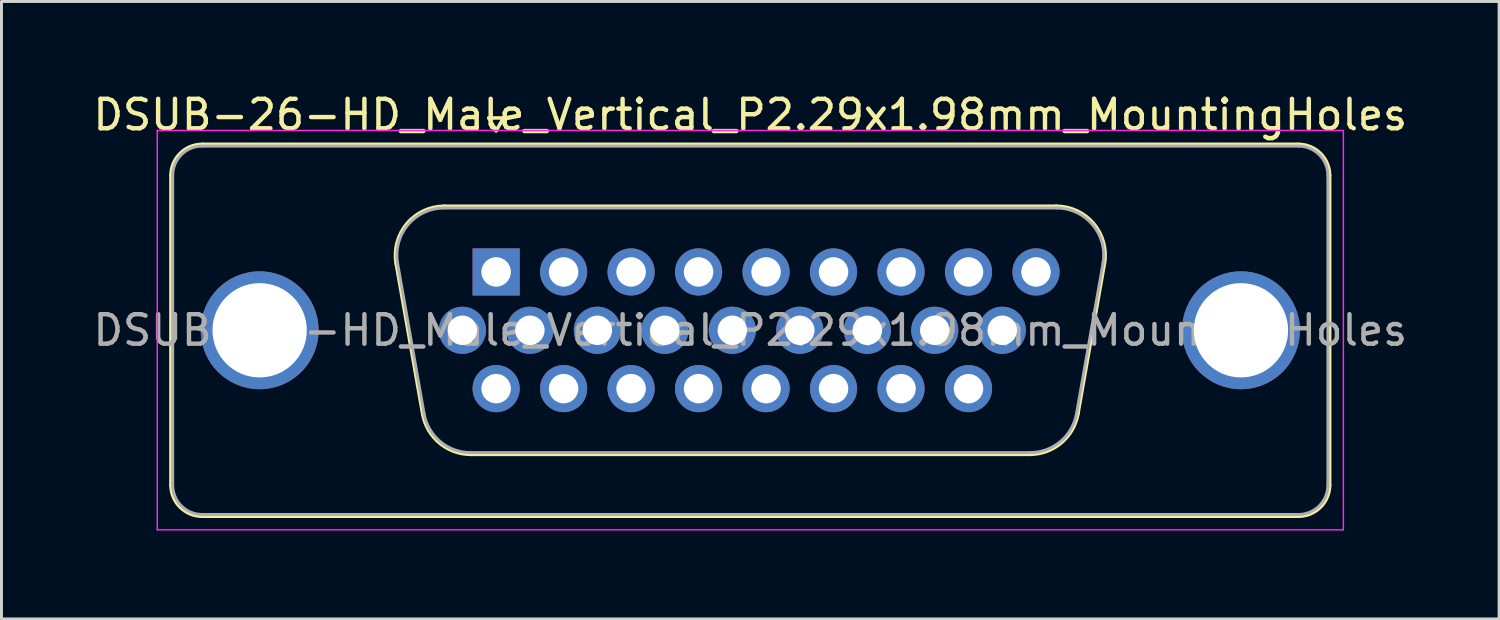
<source format=kicad_pcb>
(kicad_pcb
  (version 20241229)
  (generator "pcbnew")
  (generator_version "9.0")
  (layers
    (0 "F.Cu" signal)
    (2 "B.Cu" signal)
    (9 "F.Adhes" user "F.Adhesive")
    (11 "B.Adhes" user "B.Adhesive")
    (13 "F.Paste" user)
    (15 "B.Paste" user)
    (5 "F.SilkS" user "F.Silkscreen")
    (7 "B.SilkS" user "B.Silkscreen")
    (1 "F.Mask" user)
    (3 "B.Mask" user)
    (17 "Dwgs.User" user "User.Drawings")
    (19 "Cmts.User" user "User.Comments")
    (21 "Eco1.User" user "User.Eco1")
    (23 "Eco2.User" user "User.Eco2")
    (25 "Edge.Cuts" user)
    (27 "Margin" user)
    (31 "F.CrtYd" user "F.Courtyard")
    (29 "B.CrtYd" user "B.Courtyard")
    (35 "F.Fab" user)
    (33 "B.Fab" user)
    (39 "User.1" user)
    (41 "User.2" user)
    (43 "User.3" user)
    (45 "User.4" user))
  (footprint "DSUB-26-HD_Male_Vertical_P2.29x1.98mm_MountingHoles"
    (layer "F.Cu")
    (at 13.786 6.178)
    (property "Reference" "DSUB-26-HD_Male_Vertical_P2.29x1.98mm_MountingHoles" (at 8.625 -5.33 0) (layer "F.SilkS") (effects (font (size 1 1) (thickness 0.15))))
    (attr through_hole)
    (fp_line (start -11.035 7.23) (end -11.035 -3.27) (stroke (width 0.12) (type solid)) (layer "F.SilkS"))
    (fp_line (start -9.975 -4.33) (end 27.225 -4.33) (stroke (width 0.12) (type solid)) (layer "F.SilkS"))
    (fp_line (start -3.391 -0.282) (end -2.492 4.818) (stroke (width 0.12) (type solid)) (layer "F.SilkS"))
    (fp_line (start -1.757 -2.23) (end 19.007 -2.23) (stroke (width 0.12) (type solid)) (layer "F.SilkS"))
    (fp_line (start -0.857 6.19) (end 18.107 6.19) (stroke (width 0.12) (type solid)) (layer "F.SilkS"))
    (fp_line (start -0.25 -5.224) (end 0.25 -5.224) (stroke (width 0.12) (type solid)) (layer "F.SilkS"))
    (fp_line (start 0 -4.791) (end -0.25 -5.224) (stroke (width 0.12) (type solid)) (layer "F.SilkS"))
    (fp_line (start 0.25 -5.224) (end 0 -4.791) (stroke (width 0.12) (type solid)) (layer "F.SilkS"))
    (fp_line (start 20.641 -0.282) (end 19.742 4.818) (stroke (width 0.12) (type solid)) (layer "F.SilkS"))
    (fp_line (start 27.225 8.29) (end -9.975 8.29) (stroke (width 0.12) (type solid)) (layer "F.SilkS"))
    (fp_line (start 28.285 -3.27) (end 28.285 7.23) (stroke (width 0.12) (type solid)) (layer "F.SilkS"))
    (fp_arc (start -11.035 -3.27) (mid -10.724533 -4.019533) (end -9.975 -4.33) (stroke (width 0.12) (type solid)) (layer "F.SilkS"))
    (fp_arc (start -9.975 8.29) (mid -10.724533 7.979533) (end -11.035 7.23) (stroke (width 0.12) (type solid)) (layer "F.SilkS"))
    (fp_arc (start -3.39147 -0.281744) (mid -3.028323 -1.637028) (end -1.756689 -2.23) (stroke (width 0.12) (type solid)) (layer "F.SilkS"))
    (fp_arc (start -0.857421 6.19) (mid -1.924448 5.801634) (end -2.492202 4.818256) (stroke (width 0.12) (type solid)) (layer "F.SilkS"))
    (fp_arc (start 19.006689 -2.23) (mid 20.278323 -1.637027) (end 20.64147 -0.281744) (stroke (width 0.12) (type solid)) (layer "F.SilkS"))
    (fp_arc (start 19.742202 4.818256) (mid 19.174449 5.801634) (end 18.107421 6.19) (stroke (width 0.12) (type solid)) (layer "F.SilkS"))
    (fp_arc (start 27.225 -4.33) (mid 27.974533 -4.019533) (end 28.285 -3.27) (stroke (width 0.12) (type solid)) (layer "F.SilkS"))
    (fp_arc (start 28.285 7.23) (mid 27.974533 7.979533) (end 27.225 8.29) (stroke (width 0.12) (type solid)) (layer "F.SilkS"))
    (fp_line (start -11.5 -4.8) (end -11.5 8.75) (stroke (width 0.05) (type solid)) (layer "F.CrtYd"))
    (fp_line (start -11.5 8.75) (end 28.75 8.75) (stroke (width 0.05) (type solid)) (layer "F.CrtYd"))
    (fp_line (start 28.75 -4.8) (end -11.5 -4.8) (stroke (width 0.05) (type solid)) (layer "F.CrtYd"))
    (fp_line (start 28.75 8.75) (end 28.75 -4.8) (stroke (width 0.05) (type solid)) (layer "F.CrtYd"))
    (fp_line (start -10.975 7.23) (end -10.975 -3.27) (stroke (width 0.1) (type solid)) (layer "F.Fab"))
    (fp_line (start -9.975 -4.27) (end 27.225 -4.27) (stroke (width 0.1) (type solid)) (layer "F.Fab"))
    (fp_line (start -3.344 -0.292) (end -2.445 4.808) (stroke (width 0.1) (type solid)) (layer "F.Fab"))
    (fp_line (start -1.768 -2.17) (end 19.018 -2.17) (stroke (width 0.1) (type solid)) (layer "F.Fab"))
    (fp_line (start -0.869 6.13) (end 18.119 6.13) (stroke (width 0.1) (type solid)) (layer "F.Fab"))
    (fp_line (start 20.594 -0.292) (end 19.695 4.808) (stroke (width 0.1) (type solid)) (layer "F.Fab"))
    (fp_line (start 27.225 8.23) (end -9.975 8.23) (stroke (width 0.1) (type solid)) (layer "F.Fab"))
    (fp_line (start 28.225 -3.27) (end 28.225 7.23) (stroke (width 0.1) (type solid)) (layer "F.Fab"))
    (fp_arc (start -10.975 -3.27) (mid -10.682107 -3.977107) (end -9.975 -4.27) (stroke (width 0.1) (type solid)) (layer "F.Fab"))
    (fp_arc (start -9.975 8.23) (mid -10.682107 7.937107) (end -10.975 7.23) (stroke (width 0.1) (type solid)) (layer "F.Fab"))
    (fp_arc (start -3.343886 -0.292163) (mid -2.993865 -1.59846) (end -1.768194 -2.17) (stroke (width 0.1) (type solid)) (layer "F.Fab"))
    (fp_arc (start -0.868927 6.13) (mid -1.897387 5.755671) (end -2.444619 4.807837) (stroke (width 0.1) (type solid)) (layer "F.Fab"))
    (fp_arc (start 19.018194 -2.17) (mid 20.243865 -1.59846) (end 20.593886 -0.292163) (stroke (width 0.1) (type solid)) (layer "F.Fab"))
    (fp_arc (start 19.694619 4.807837) (mid 19.147387 5.755671) (end 18.118927 6.13) (stroke (width 0.1) (type solid)) (layer "F.Fab"))
    (fp_arc (start 27.225 -4.27) (mid 27.932107 -3.977107) (end 28.225 -3.27) (stroke (width 0.1) (type solid)) (layer "F.Fab"))
    (fp_arc (start 28.225 7.23) (mid 27.932107 7.937107) (end 27.225 8.23) (stroke (width 0.1) (type solid)) (layer "F.Fab"))
    (fp_text user "${REFERENCE}" (at 8.625 1.98 0) (layer "F.Fab") (effects (font (size 1 1) (thickness 0.15))))
    (pad "0" thru_hole circle (at -8.025 1.98) (size 4 4) (drill 3.2) (layers "*.Cu" "*.Mask"))
    (pad "0" thru_hole circle (at 25.275 1.98) (size 4 4) (drill 3.2) (layers "*.Cu" "*.Mask"))
    (pad "1" thru_hole rect (at 0 0) (size 1.6 1.6) (drill 1) (layers "*.Cu" "*.Mask"))
    (pad "2" thru_hole circle (at 2.29 0) (size 1.6 1.6) (drill 1) (layers "*.Cu" "*.Mask"))
    (pad "3" thru_hole circle (at 4.58 0) (size 1.6 1.6) (drill 1) (layers "*.Cu" "*.Mask"))
    (pad "4" thru_hole circle (at 6.87 0) (size 1.6 1.6) (drill 1) (layers "*.Cu" "*.Mask"))
    (pad "5" thru_hole circle (at 9.16 0) (size 1.6 1.6) (drill 1) (layers "*.Cu" "*.Mask"))
    (pad "6" thru_hole circle (at 11.45 0) (size 1.6 1.6) (drill 1) (layers "*.Cu" "*.Mask"))
    (pad "7" thru_hole circle (at 13.74 0) (size 1.6 1.6) (drill 1) (layers "*.Cu" "*.Mask"))
    (pad "8" thru_hole circle (at 16.03 0) (size 1.6 1.6) (drill 1) (layers "*.Cu" "*.Mask"))
    (pad "9" thru_hole circle (at 18.32 0) (size 1.6 1.6) (drill 1) (layers "*.Cu" "*.Mask"))
    (pad "10" thru_hole circle (at -1.145 1.98) (size 1.6 1.6) (drill 1) (layers "*.Cu" "*.Mask"))
    (pad "11" thru_hole circle (at 1.145 1.98) (size 1.6 1.6) (drill 1) (layers "*.Cu" "*.Mask"))
    (pad "12" thru_hole circle (at 3.435 1.98) (size 1.6 1.6) (drill 1) (layers "*.Cu" "*.Mask"))
    (pad "13" thru_hole circle (at 5.725 1.98) (size 1.6 1.6) (drill 1) (layers "*.Cu" "*.Mask"))
    (pad "14" thru_hole circle (at 8.015 1.98) (size 1.6 1.6) (drill 1) (layers "*.Cu" "*.Mask"))
    (pad "15" thru_hole circle (at 10.305 1.98) (size 1.6 1.6) (drill 1) (layers "*.Cu" "*.Mask"))
    (pad "16" thru_hole circle (at 12.595 1.98) (size 1.6 1.6) (drill 1) (layers "*.Cu" "*.Mask"))
    (pad "17" thru_hole circle (at 14.885 1.98) (size 1.6 1.6) (drill 1) (layers "*.Cu" "*.Mask"))
    (pad "18" thru_hole circle (at 17.175 1.98) (size 1.6 1.6) (drill 1) (layers "*.Cu" "*.Mask"))
    (pad "19" thru_hole circle (at 0 3.96) (size 1.6 1.6) (drill 1) (layers "*.Cu" "*.Mask"))
    (pad "20" thru_hole circle (at 2.29 3.96) (size 1.6 1.6) (drill 1) (layers "*.Cu" "*.Mask"))
    (pad "21" thru_hole circle (at 4.58 3.96) (size 1.6 1.6) (drill 1) (layers "*.Cu" "*.Mask"))
    (pad "22" thru_hole circle (at 6.87 3.96) (size 1.6 1.6) (drill 1) (layers "*.Cu" "*.Mask"))
    (pad "23" thru_hole circle (at 9.16 3.96) (size 1.6 1.6) (drill 1) (layers "*.Cu" "*.Mask"))
    (pad "24" thru_hole circle (at 11.45 3.96) (size 1.6 1.6) (drill 1) (layers "*.Cu" "*.Mask"))
    (pad "25" thru_hole circle (at 13.74 3.96) (size 1.6 1.6) (drill 1) (layers "*.Cu" "*.Mask"))
    (pad "26" thru_hole circle (at 16.03 3.96) (size 1.6 1.6) (drill 1) (layers "*.Cu" "*.Mask")))
  (gr_rect
    (start -3 -3)
    (end 47.821 17.953)
    (stroke (width 0.1) (type default))
    (fill no)
    (layer "Edge.Cuts")))
</source>
